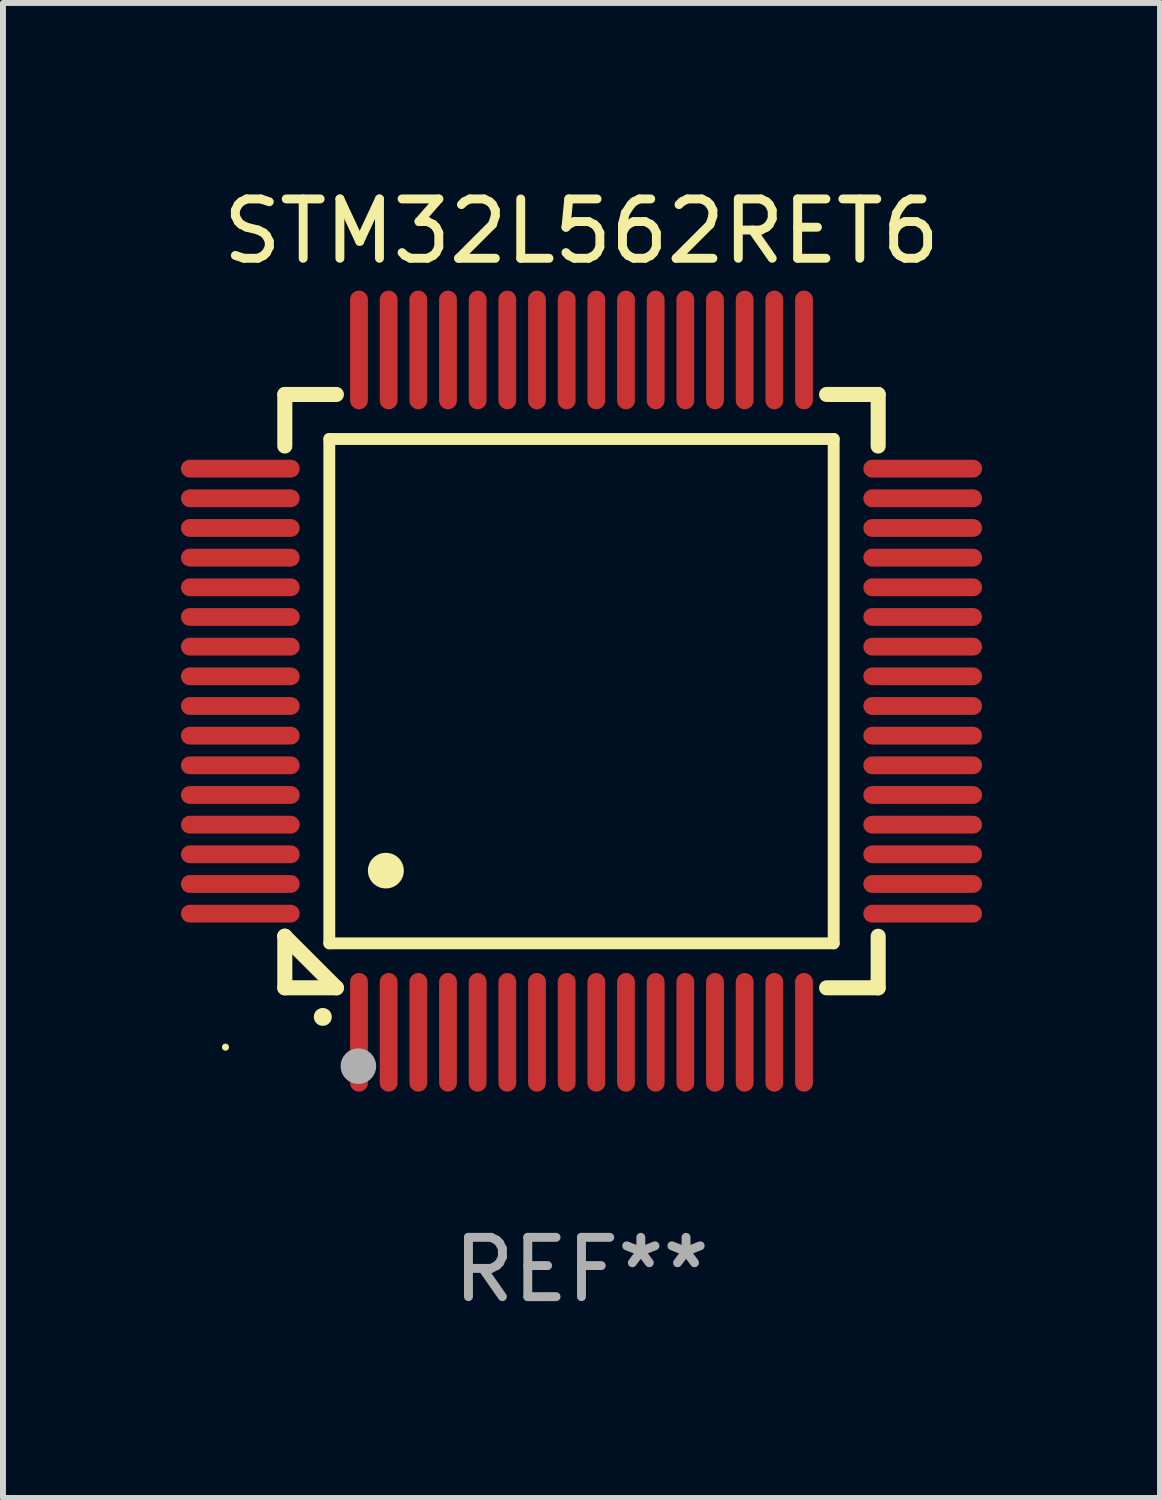
<source format=kicad_pcb>
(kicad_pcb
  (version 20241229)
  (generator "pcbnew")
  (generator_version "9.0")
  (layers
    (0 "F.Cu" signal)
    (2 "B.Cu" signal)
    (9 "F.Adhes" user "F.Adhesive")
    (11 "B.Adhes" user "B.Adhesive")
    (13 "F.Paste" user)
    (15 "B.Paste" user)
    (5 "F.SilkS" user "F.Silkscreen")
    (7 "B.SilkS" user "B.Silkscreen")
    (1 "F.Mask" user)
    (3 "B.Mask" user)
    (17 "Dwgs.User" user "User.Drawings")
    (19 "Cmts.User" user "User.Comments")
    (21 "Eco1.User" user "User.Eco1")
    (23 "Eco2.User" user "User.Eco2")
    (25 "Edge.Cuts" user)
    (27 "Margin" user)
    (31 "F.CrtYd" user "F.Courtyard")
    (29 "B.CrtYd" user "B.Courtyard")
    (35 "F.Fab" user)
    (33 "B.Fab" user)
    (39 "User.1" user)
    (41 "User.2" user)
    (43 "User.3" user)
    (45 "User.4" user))
  (footprint "STM32L562RET6"
    (layer "F.Cu")
    (at 6.75 8.598)
    (property "Reference" "STM32L562RET6" (at 0 -7.75 0) (layer "F.SilkS") (effects (font (size 1 1) (thickness 0.15))))
    (attr through_hole)
    (fp_line (start -5 -5) (end -4.131 -5) (stroke (width 0.254) (type solid)) (layer "F.SilkS"))
    (fp_line (start -5 -4.131) (end -5 -5) (stroke (width 0.254) (type solid)) (layer "F.SilkS"))
    (fp_line (start -5 4.131) (end -5 4.131) (stroke (width 0.254) (type solid)) (layer "F.SilkS"))
    (fp_line (start -5 5) (end -5 4.131) (stroke (width 0.254) (type solid)) (layer "F.SilkS"))
    (fp_line (start -5 4.131) (end -4.131 5) (stroke (width 0.254) (type solid)) (layer "F.SilkS"))
    (fp_line (start -4.25 -4.25) (end -4.25 4.25) (stroke (width 0.2) (type solid)) (layer "F.SilkS"))
    (fp_line (start -4.25 4.25) (end 4.25 4.25) (stroke (width 0.2) (type solid)) (layer "F.SilkS"))
    (fp_line (start -4.131 5) (end -5 5) (stroke (width 0.254) (type solid)) (layer "F.SilkS"))
    (fp_line (start 4.25 -4.25) (end -4.25 -4.25) (stroke (width 0.2) (type solid)) (layer "F.SilkS"))
    (fp_line (start 4.25 4.25) (end 4.25 -4.25) (stroke (width 0.2) (type solid)) (layer "F.SilkS"))
    (fp_line (start 5 -5) (end 4.131 -5) (stroke (width 0.254) (type solid)) (layer "F.SilkS"))
    (fp_line (start 5 -5) (end 5 -4.131) (stroke (width 0.254) (type solid)) (layer "F.SilkS"))
    (fp_line (start 5 4.131) (end 5 5) (stroke (width 0.254) (type solid)) (layer "F.SilkS"))
    (fp_line (start 5 5) (end 4.131 5) (stroke (width 0.254) (type solid)) (layer "F.SilkS"))
    (fp_arc (start -4.361265 5.489992) (mid -4.359995 5.489987) (end -4.358725 5.489992) (stroke (width 0.3) (type solid)) (layer "F.SilkS"))
    (fp_arc (start -3.299467 3.025146) (mid -3.296927 3.025135) (end -3.294387 3.025146) (stroke (width 0.6) (type solid)) (layer "F.SilkS"))
    (fp_circle (center -6 6) (end -5.97 6) (stroke (width 0.06) (type solid)) (fill no) (layer "F.SilkS"))
    (fp_circle (center -3.76 6.32) (end -3.61 6.32) (stroke (width 0.3) (type solid)) (fill no) (layer "F.Fab"))
    (fp_text user "REF**" (at 0 9.75 0) (layer "F.Fab") (effects (font (size 1 1) (thickness 0.15))))
    (pad "1" smd oval (at -3.75 5.75) (size 0.3 2) (layers "F.Cu" "F.Mask" "F.Paste"))
    (pad "2" smd oval (at -3.25 5.75) (size 0.3 2) (layers "F.Cu" "F.Mask" "F.Paste"))
    (pad "3" smd oval (at -2.75 5.75) (size 0.3 2) (layers "F.Cu" "F.Mask" "F.Paste"))
    (pad "4" smd oval (at -2.25 5.75) (size 0.3 2) (layers "F.Cu" "F.Mask" "F.Paste"))
    (pad "5" smd oval (at -1.75 5.75) (size 0.3 2) (layers "F.Cu" "F.Mask" "F.Paste"))
    (pad "6" smd oval (at -1.25 5.75) (size 0.3 2) (layers "F.Cu" "F.Mask" "F.Paste"))
    (pad "7" smd oval (at -0.75 5.75) (size 0.3 2) (layers "F.Cu" "F.Mask" "F.Paste"))
    (pad "8" smd oval (at -0.25 5.75) (size 0.3 2) (layers "F.Cu" "F.Mask" "F.Paste"))
    (pad "9" smd oval (at 0.25 5.75) (size 0.3 2) (layers "F.Cu" "F.Mask" "F.Paste"))
    (pad "10" smd oval (at 0.75 5.75) (size 0.3 2) (layers "F.Cu" "F.Mask" "F.Paste"))
    (pad "11" smd oval (at 1.25 5.75) (size 0.3 2) (layers "F.Cu" "F.Mask" "F.Paste"))
    (pad "12" smd oval (at 1.75 5.75) (size 0.3 2) (layers "F.Cu" "F.Mask" "F.Paste"))
    (pad "13" smd oval (at 2.25 5.75) (size 0.3 2) (layers "F.Cu" "F.Mask" "F.Paste"))
    (pad "14" smd oval (at 2.75 5.75) (size 0.3 2) (layers "F.Cu" "F.Mask" "F.Paste"))
    (pad "15" smd oval (at 3.25 5.75) (size 0.3 2) (layers "F.Cu" "F.Mask" "F.Paste"))
    (pad "16" smd oval (at 3.75 5.75) (size 0.3 2) (layers "F.Cu" "F.Mask" "F.Paste"))
    (pad "17" smd oval (at 5.75 3.75) (size 2 0.3) (layers "F.Cu" "F.Mask" "F.Paste"))
    (pad "18" smd oval (at 5.75 3.25) (size 2 0.3) (layers "F.Cu" "F.Mask" "F.Paste"))
    (pad "19" smd oval (at 5.75 2.75) (size 2 0.3) (layers "F.Cu" "F.Mask" "F.Paste"))
    (pad "20" smd oval (at 5.75 2.25) (size 2 0.3) (layers "F.Cu" "F.Mask" "F.Paste"))
    (pad "21" smd oval (at 5.75 1.75) (size 2 0.3) (layers "F.Cu" "F.Mask" "F.Paste"))
    (pad "22" smd oval (at 5.75 1.25) (size 2 0.3) (layers "F.Cu" "F.Mask" "F.Paste"))
    (pad "23" smd oval (at 5.75 0.75) (size 2 0.3) (layers "F.Cu" "F.Mask" "F.Paste"))
    (pad "24" smd oval (at 5.75 0.25) (size 2 0.3) (layers "F.Cu" "F.Mask" "F.Paste"))
    (pad "25" smd oval (at 5.75 -0.25) (size 2 0.3) (layers "F.Cu" "F.Mask" "F.Paste"))
    (pad "26" smd oval (at 5.75 -0.75) (size 2 0.3) (layers "F.Cu" "F.Mask" "F.Paste"))
    (pad "27" smd oval (at 5.75 -1.25) (size 2 0.3) (layers "F.Cu" "F.Mask" "F.Paste"))
    (pad "28" smd oval (at 5.75 -1.75) (size 2 0.3) (layers "F.Cu" "F.Mask" "F.Paste"))
    (pad "29" smd oval (at 5.75 -2.25) (size 2 0.3) (layers "F.Cu" "F.Mask" "F.Paste"))
    (pad "30" smd oval (at 5.75 -2.75) (size 2 0.3) (layers "F.Cu" "F.Mask" "F.Paste"))
    (pad "31" smd oval (at 5.75 -3.25) (size 2 0.3) (layers "F.Cu" "F.Mask" "F.Paste"))
    (pad "32" smd oval (at 5.75 -3.75) (size 2 0.3) (layers "F.Cu" "F.Mask" "F.Paste"))
    (pad "33" smd oval (at 3.75 -5.75) (size 0.3 2) (layers "F.Cu" "F.Mask" "F.Paste"))
    (pad "34" smd oval (at 3.25 -5.75) (size 0.3 2) (layers "F.Cu" "F.Mask" "F.Paste"))
    (pad "35" smd oval (at 2.75 -5.75) (size 0.3 2) (layers "F.Cu" "F.Mask" "F.Paste"))
    (pad "36" smd oval (at 2.25 -5.75) (size 0.3 2) (layers "F.Cu" "F.Mask" "F.Paste"))
    (pad "37" smd oval (at 1.75 -5.75) (size 0.3 2) (layers "F.Cu" "F.Mask" "F.Paste"))
    (pad "38" smd oval (at 1.25 -5.75) (size 0.3 2) (layers "F.Cu" "F.Mask" "F.Paste"))
    (pad "39" smd oval (at 0.75 -5.75) (size 0.3 2) (layers "F.Cu" "F.Mask" "F.Paste"))
    (pad "40" smd oval (at 0.25 -5.75) (size 0.3 2) (layers "F.Cu" "F.Mask" "F.Paste"))
    (pad "41" smd oval (at -0.25 -5.75) (size 0.3 2) (layers "F.Cu" "F.Mask" "F.Paste"))
    (pad "42" smd oval (at -0.75 -5.75) (size 0.3 2) (layers "F.Cu" "F.Mask" "F.Paste"))
    (pad "43" smd oval (at -1.25 -5.75) (size 0.3 2) (layers "F.Cu" "F.Mask" "F.Paste"))
    (pad "44" smd oval (at -1.75 -5.75) (size 0.3 2) (layers "F.Cu" "F.Mask" "F.Paste"))
    (pad "45" smd oval (at -2.25 -5.75) (size 0.3 2) (layers "F.Cu" "F.Mask" "F.Paste"))
    (pad "46" smd oval (at -2.75 -5.75) (size 0.3 2) (layers "F.Cu" "F.Mask" "F.Paste"))
    (pad "47" smd oval (at -3.25 -5.75) (size 0.3 2) (layers "F.Cu" "F.Mask" "F.Paste"))
    (pad "48" smd oval (at -3.75 -5.75) (size 0.3 2) (layers "F.Cu" "F.Mask" "F.Paste"))
    (pad "49" smd oval (at -5.75 -3.75) (size 2 0.3) (layers "F.Cu" "F.Mask" "F.Paste"))
    (pad "50" smd oval (at -5.75 -3.25) (size 2 0.3) (layers "F.Cu" "F.Mask" "F.Paste"))
    (pad "51" smd oval (at -5.75 -2.75) (size 2 0.3) (layers "F.Cu" "F.Mask" "F.Paste"))
    (pad "52" smd oval (at -5.75 -2.25) (size 2 0.3) (layers "F.Cu" "F.Mask" "F.Paste"))
    (pad "53" smd oval (at -5.75 -1.75) (size 2 0.3) (layers "F.Cu" "F.Mask" "F.Paste"))
    (pad "54" smd oval (at -5.75 -1.25) (size 2 0.3) (layers "F.Cu" "F.Mask" "F.Paste"))
    (pad "55" smd oval (at -5.75 -0.75) (size 2 0.3) (layers "F.Cu" "F.Mask" "F.Paste"))
    (pad "56" smd oval (at -5.75 -0.25) (size 2 0.3) (layers "F.Cu" "F.Mask" "F.Paste"))
    (pad "57" smd oval (at -5.75 0.25) (size 2 0.3) (layers "F.Cu" "F.Mask" "F.Paste"))
    (pad "58" smd oval (at -5.75 0.75) (size 2 0.3) (layers "F.Cu" "F.Mask" "F.Paste"))
    (pad "59" smd oval (at -5.75 1.25) (size 2 0.3) (layers "F.Cu" "F.Mask" "F.Paste"))
    (pad "60" smd oval (at -5.75 1.75) (size 2 0.3) (layers "F.Cu" "F.Mask" "F.Paste"))
    (pad "61" smd oval (at -5.75 2.25) (size 2 0.3) (layers "F.Cu" "F.Mask" "F.Paste"))
    (pad "62" smd oval (at -5.75 2.75) (size 2 0.3) (layers "F.Cu" "F.Mask" "F.Paste"))
    (pad "63" smd oval (at -5.75 3.25) (size 2 0.3) (layers "F.Cu" "F.Mask" "F.Paste"))
    (pad "64" smd oval (at -5.75 3.75) (size 2 0.3) (layers "F.Cu" "F.Mask" "F.Paste")))
  (gr_rect
    (start -3 -3)
    (end 16.5 22.196)
    (stroke (width 0.1) (type default))
    (fill no)
    (layer "Edge.Cuts")))
</source>
